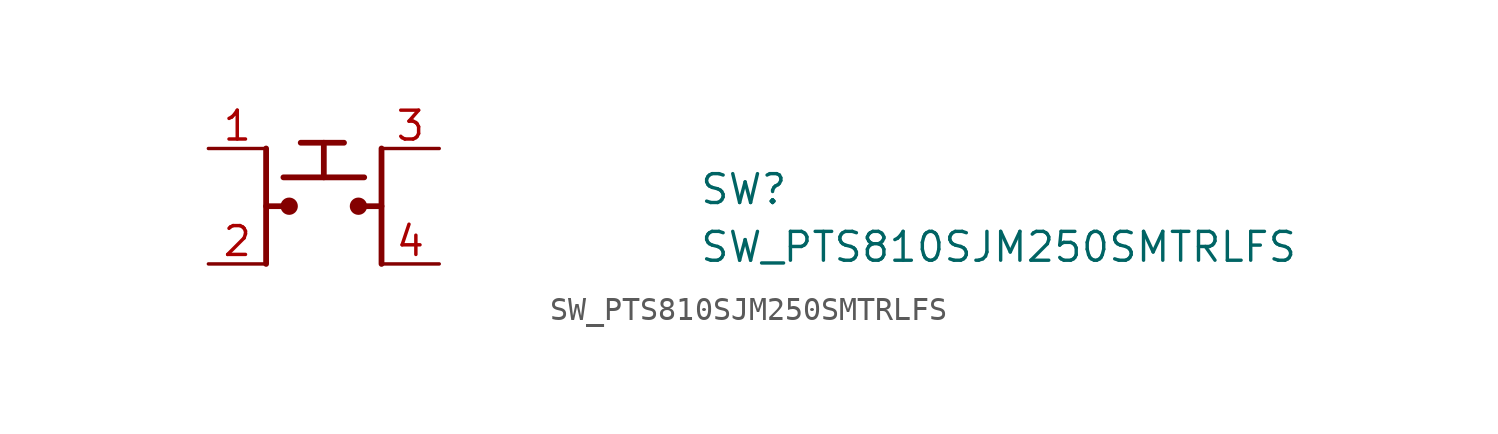
<source format=kicad_sym>
(kicad_symbol_lib
  (version 20211014)
  (generator kicad_symbol_editor)
  (symbol "SW_PTS810SJM250SMTRLFS"
    (pin_names hide)
    (property "Reference" "SW"
      (at 21.59 -2.54 0)
      (effects (font (size 1.27 1.27) (thickness 0.15)) (justify left bottom)))
    (property "Value" "SW_PTS810SJM250SMTRLFS"
      (at 21.59 -5.08 0)
      (effects (font (size 1.27 1.27) (thickness 0.15)) (justify left bottom)))
    (symbol "SW_PTS810SJM250SMTRLFS_1_1"
      (polyline (pts (xy 2.54 0) (xy 2.54 -5.08)) (stroke (width 0.254) (type default) (color 0 0 0 0)) (fill (type none)))
      (polyline (pts (xy 3.302 -2.54) (xy 2.54 -2.54)) (stroke (width 0.254) (type default) (color 0 0 0 0)) (fill (type none)))
      (polyline (pts (xy 3.302 -1.27) (xy 6.858 -1.27)) (stroke (width 0.254) (type default) (color 0 0 0 0)) (fill (type none)))
      (polyline (pts (xy 4.064 0.254) (xy 5.969 0.254)) (stroke (width 0.254) (type default) (color 0 0 0 0)) (fill (type none)))
      (polyline (pts (xy 5.08 0.254) (xy 5.08 -1.27)) (stroke (width 0.254) (type default) (color 0 0 0 0)) (fill (type none)))
      (polyline (pts (xy 7.62 -5.08) (xy 7.62 0)) (stroke (width 0.254) (type default) (color 0 0 0 0)) (fill (type none)))
      (polyline (pts (xy 7.62 -2.54) (xy 6.858 -2.54)) (stroke (width 0.254) (type default) (color 0 0 0 0)) (fill (type none)))
      (circle (center 3.556 -2.54) (radius 0.254) (stroke (width 0.254) (type default) (color 0 0 0 0)) (fill (type outline)))
      (circle (center 6.604 -2.54) (radius 0.254) (stroke (width 0.254) (type default) (color 0 0 0 0)) (fill (type outline)))
      (pin passive line (at 0 0 0) (length 2.54) (name "1" (effects (font (size 1.27 1.27)))) (number "1" (effects (font (size 1.27 1.27)))))
      (pin passive line (at 0 -5.08 0) (length 2.54) (name "2" (effects (font (size 1.27 1.27)))) (number "2" (effects (font (size 1.27 1.27)))))
      (pin passive line (at 10.16 0 180) (length 2.54) (name "3" (effects (font (size 1.27 1.27)))) (number "3" (effects (font (size 1.27 1.27)))))
      (pin passive line (at 10.16 -5.08 180) (length 2.54) (name "4" (effects (font (size 1.27 1.27)))) (number "4" (effects (font (size 1.27 1.27))))))))
</source>
